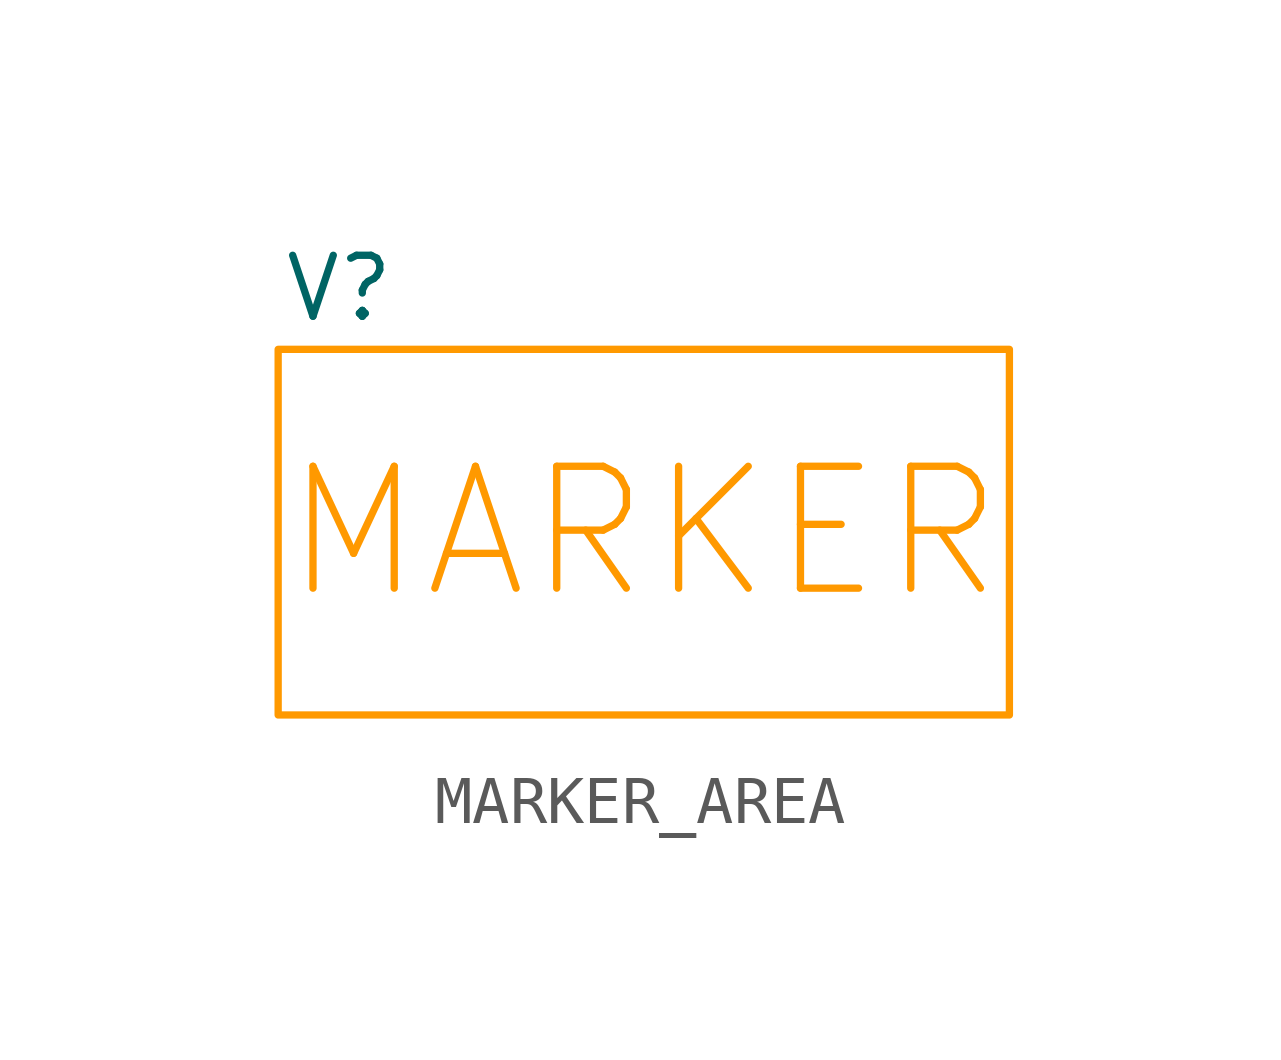
<source format=kicad_sym>
(kicad_symbol_lib
  (version 20220914)
  (generator kicad_symbol_editor)
  (symbol "MARKER_AREA"
    (property "Reference" "V"
      (at 1.27 1.27 0)
      (effects (font (size 1.27 1.27))))
    (property "Value" ""
      (at 0 0 0)
      (effects (font (size 1.27 1.27))))
    (symbol "MARKER_AREA_1_1"
      (rectangle (start 0 0) (end 15.24 -7.62) (stroke (width 0) (type default) (color 255 153 0 1)) (fill (type none)))
      (text "MARKER" (at 7.62 -3.81 0) (effects (font (size 2.54 2.54) (color 255 153 0 1)))))))
</source>
